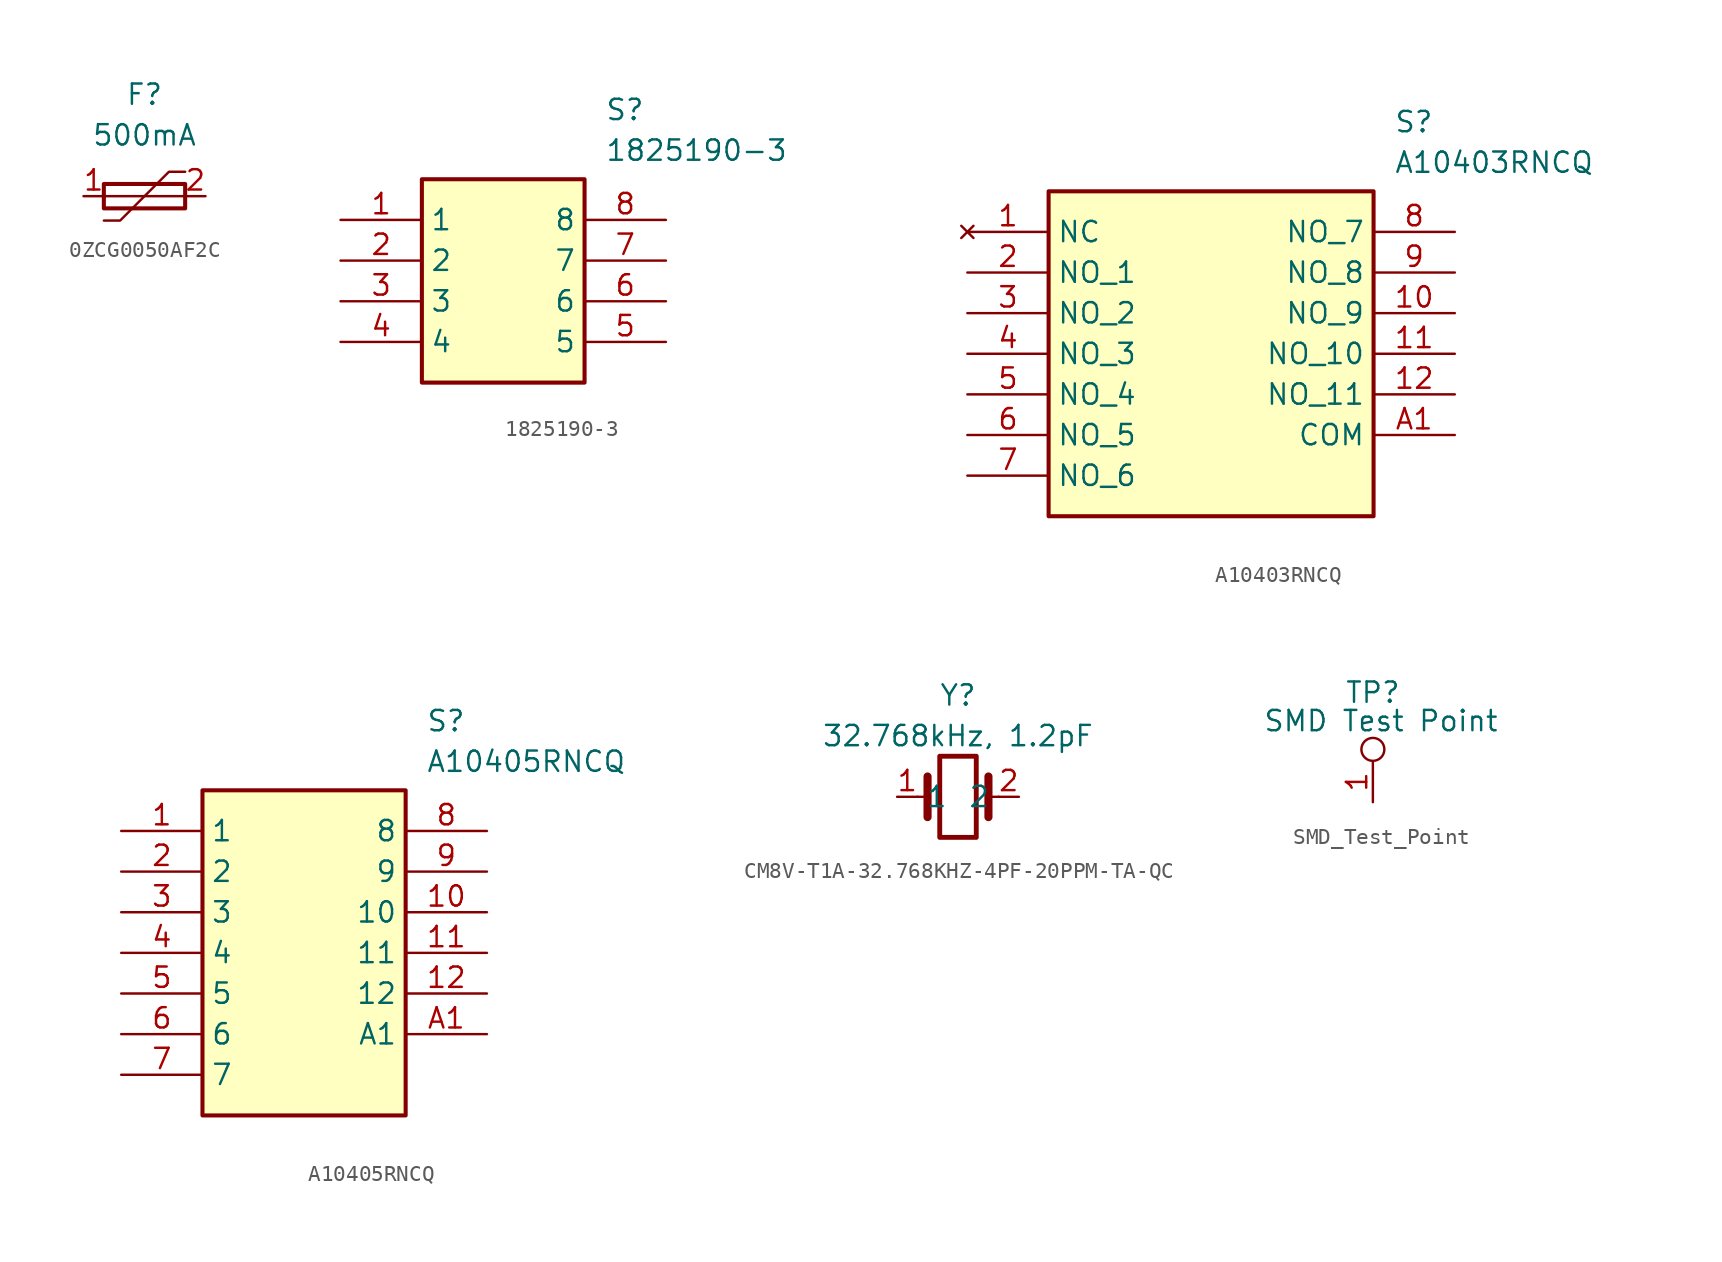
<source format=kicad_sym>
(kicad_symbol_lib
  (version 20241209)
  (generator "kicad_symbol_editor")
  (generator_version "9.0")
  (symbol "0ZCG0050AF2C"
    (property "Reference" "F"
      (at 0 6.35 0)
      (effects (font (size 1.27 1.27))))
    (property "Value" "500mA"
      (at 0 3.81 0)
      (effects (font (size 1.27 1.27))))
    (symbol "0ZCG0050AF2C_0_1"
      (rectangle (start -2.54 0.762) (end 2.54 -0.762) (stroke (width 0.254) (type default)) (fill (type none)))
      (polyline (pts (xy -2.54 0) (xy 2.54 0)) (stroke (width 0) (type default)) (fill (type none)))
      (polyline (pts (xy -2.54 -1.524) (xy -1.524 -1.524) (xy 1.524 1.524) (xy 2.54 1.524)) (stroke (width 0) (type default)) (fill (type none))))
    (symbol "0ZCG0050AF2C_1_1"
      (pin passive line (at -3.81 0 0) (length 1.27) (name "~" (effects (font (size 1.27 1.27)))) (number "1" (effects (font (size 1.27 1.27)))))
      (pin passive line (at 3.81 0 180) (length 1.27) (name "~" (effects (font (size 1.27 1.27)))) (number "2" (effects (font (size 1.27 1.27)))))))
  (symbol "1825190-3"
    (property "Reference" "S"
      (at 16.51 7.62 0)
      (effects (font (size 1.27 1.27)) (justify left top)))
    (property "Value" "1825190-3"
      (at 16.51 5.08 0)
      (effects (font (size 1.27 1.27)) (justify left top)))
    (symbol "1825190-3_1_1"
      (rectangle (start 5.08 2.54) (end 15.24 -10.16) (stroke (width 0.254) (type default)) (fill (type background)))
      (pin passive line (at 0 0 0) (length 5.08) (name "1" (effects (font (size 1.27 1.27)))) (number "1" (effects (font (size 1.27 1.27)))))
      (pin passive line (at 0 -2.54 0) (length 5.08) (name "2" (effects (font (size 1.27 1.27)))) (number "2" (effects (font (size 1.27 1.27)))))
      (pin passive line (at 0 -5.08 0) (length 5.08) (name "3" (effects (font (size 1.27 1.27)))) (number "3" (effects (font (size 1.27 1.27)))))
      (pin passive line (at 0 -7.62 0) (length 5.08) (name "4" (effects (font (size 1.27 1.27)))) (number "4" (effects (font (size 1.27 1.27)))))
      (pin passive line (at 20.32 0 180) (length 5.08) (name "8" (effects (font (size 1.27 1.27)))) (number "8" (effects (font (size 1.27 1.27)))))
      (pin passive line (at 20.32 -2.54 180) (length 5.08) (name "7" (effects (font (size 1.27 1.27)))) (number "7" (effects (font (size 1.27 1.27)))))
      (pin passive line (at 20.32 -5.08 180) (length 5.08) (name "6" (effects (font (size 1.27 1.27)))) (number "6" (effects (font (size 1.27 1.27)))))
      (pin passive line (at 20.32 -7.62 180) (length 5.08) (name "5" (effects (font (size 1.27 1.27)))) (number "5" (effects (font (size 1.27 1.27)))))))
  (symbol "A10403RNCQ"
    (property "Reference" "S"
      (at 26.67 7.62 0)
      (effects (font (size 1.27 1.27)) (justify left top)))
    (property "Value" "A10403RNCQ"
      (at 26.67 5.08 0)
      (effects (font (size 1.27 1.27)) (justify left top)))
    (symbol "A10403RNCQ_1_1"
      (rectangle (start 5.08 2.54) (end 25.4 -17.78) (stroke (width 0.254) (type default)) (fill (type background)))
      (pin no_connect line (at 0 0 0) (length 5.08) (name "NC" (effects (font (size 1.27 1.27)))) (number "1" (effects (font (size 1.27 1.27)))))
      (pin passive line (at 0 -2.54 0) (length 5.08) (name "NO_1" (effects (font (size 1.27 1.27)))) (number "2" (effects (font (size 1.27 1.27)))))
      (pin passive line (at 0 -5.08 0) (length 5.08) (name "NO_2" (effects (font (size 1.27 1.27)))) (number "3" (effects (font (size 1.27 1.27)))))
      (pin passive line (at 0 -7.62 0) (length 5.08) (name "NO_3" (effects (font (size 1.27 1.27)))) (number "4" (effects (font (size 1.27 1.27)))))
      (pin passive line (at 0 -10.16 0) (length 5.08) (name "NO_4" (effects (font (size 1.27 1.27)))) (number "5" (effects (font (size 1.27 1.27)))))
      (pin passive line (at 0 -12.7 0) (length 5.08) (name "NO_5" (effects (font (size 1.27 1.27)))) (number "6" (effects (font (size 1.27 1.27)))))
      (pin passive line (at 0 -15.24 0) (length 5.08) (name "NO_6" (effects (font (size 1.27 1.27)))) (number "7" (effects (font (size 1.27 1.27)))))
      (pin passive line (at 30.48 0 180) (length 5.08) (name "NO_7" (effects (font (size 1.27 1.27)))) (number "8" (effects (font (size 1.27 1.27)))))
      (pin passive line (at 30.48 -2.54 180) (length 5.08) (name "NO_8" (effects (font (size 1.27 1.27)))) (number "9" (effects (font (size 1.27 1.27)))))
      (pin passive line (at 30.48 -5.08 180) (length 5.08) (name "NO_9" (effects (font (size 1.27 1.27)))) (number "10" (effects (font (size 1.27 1.27)))))
      (pin passive line (at 30.48 -7.62 180) (length 5.08) (name "NO_10" (effects (font (size 1.27 1.27)))) (number "11" (effects (font (size 1.27 1.27)))))
      (pin passive line (at 30.48 -10.16 180) (length 5.08) (name "NO_11" (effects (font (size 1.27 1.27)))) (number "12" (effects (font (size 1.27 1.27)))))
      (pin passive line (at 30.48 -12.7 180) (length 5.08) (name "COM" (effects (font (size 1.27 1.27)))) (number "A1" (effects (font (size 1.27 1.27)))))))
  (symbol "A10405RNCQ"
    (property "Reference" "S"
      (at 19.05 7.62 0)
      (effects (font (size 1.27 1.27)) (justify left top)))
    (property "Value" "A10405RNCQ"
      (at 19.05 5.08 0)
      (effects (font (size 1.27 1.27)) (justify left top)))
    (symbol "A10405RNCQ_1_1"
      (rectangle (start 5.08 2.54) (end 17.78 -17.78) (stroke (width 0.254) (type default)) (fill (type background)))
      (pin passive line (at 0 0 0) (length 5.08) (name "1" (effects (font (size 1.27 1.27)))) (number "1" (effects (font (size 1.27 1.27)))))
      (pin passive line (at 0 -2.54 0) (length 5.08) (name "2" (effects (font (size 1.27 1.27)))) (number "2" (effects (font (size 1.27 1.27)))))
      (pin passive line (at 0 -5.08 0) (length 5.08) (name "3" (effects (font (size 1.27 1.27)))) (number "3" (effects (font (size 1.27 1.27)))))
      (pin passive line (at 0 -7.62 0) (length 5.08) (name "4" (effects (font (size 1.27 1.27)))) (number "4" (effects (font (size 1.27 1.27)))))
      (pin passive line (at 0 -10.16 0) (length 5.08) (name "5" (effects (font (size 1.27 1.27)))) (number "5" (effects (font (size 1.27 1.27)))))
      (pin passive line (at 0 -12.7 0) (length 5.08) (name "6" (effects (font (size 1.27 1.27)))) (number "6" (effects (font (size 1.27 1.27)))))
      (pin passive line (at 0 -15.24 0) (length 5.08) (name "7" (effects (font (size 1.27 1.27)))) (number "7" (effects (font (size 1.27 1.27)))))
      (pin passive line (at 22.86 0 180) (length 5.08) (name "8" (effects (font (size 1.27 1.27)))) (number "8" (effects (font (size 1.27 1.27)))))
      (pin passive line (at 22.86 -2.54 180) (length 5.08) (name "9" (effects (font (size 1.27 1.27)))) (number "9" (effects (font (size 1.27 1.27)))))
      (pin passive line (at 22.86 -5.08 180) (length 5.08) (name "10" (effects (font (size 1.27 1.27)))) (number "10" (effects (font (size 1.27 1.27)))))
      (pin passive line (at 22.86 -7.62 180) (length 5.08) (name "11" (effects (font (size 1.27 1.27)))) (number "11" (effects (font (size 1.27 1.27)))))
      (pin passive line (at 22.86 -10.16 180) (length 5.08) (name "12" (effects (font (size 1.27 1.27)))) (number "12" (effects (font (size 1.27 1.27)))))
      (pin passive line (at 22.86 -12.7 180) (length 5.08) (name "A1" (effects (font (size 1.27 1.27)))) (number "A1" (effects (font (size 1.27 1.27)))))))
  (symbol "CM8V-T1A-32.768KHZ-4PF-20PPM-TA-QC"
    (property "Reference" "Y"
      (at 0 6.35 0)
      (effects (font (size 1.27 1.27))))
    (property "Value" "32.768kHz, 1.2pF"
      (at 0 3.81 0)
      (effects (font (size 1.27 1.27))))
    (symbol "CM8V-T1A-32.768KHZ-4PF-20PPM-TA-QC_0_1"
      (polyline (pts (xy -2.54 0) (xy -1.905 0)) (stroke (width 0) (type default)) (fill (type none)))
      (polyline (pts (xy -1.905 -1.27) (xy -1.905 1.27)) (stroke (width 0.508) (type default)) (fill (type none)))
      (rectangle (start -1.143 2.54) (end 1.143 -2.54) (stroke (width 0.305) (type default)) (fill (type none)))
      (polyline (pts (xy 1.905 -1.27) (xy 1.905 1.27)) (stroke (width 0.508) (type default)) (fill (type none)))
      (polyline (pts (xy 2.54 0) (xy 1.905 0)) (stroke (width 0) (type default)) (fill (type none))))
    (symbol "CM8V-T1A-32.768KHZ-4PF-20PPM-TA-QC_1_1"
      (pin passive line (at -3.81 0 0) (length 1.27) (name "1" (effects (font (size 1.27 1.27)))) (number "1" (effects (font (size 1.27 1.27)))))
      (pin passive line (at 3.81 0 180) (length 1.27) (name "2" (effects (font (size 1.27 1.27)))) (number "2" (effects (font (size 1.27 1.27)))))))
  (symbol "SMD_Test_Point"
    (property "Reference" "TP"
      (at 0 4.318 0)
      (effects (font (size 1.27 1.27))))
    (property "Value" "SMD Test Point"
      (at 0.508 2.54 0)
      (effects (font (size 1.27 1.27))))
    (symbol "SMD_Test_Point_0_1"
      (circle (center 0 0.762) (radius 0.718) (stroke (width 0) (type default)) (fill (type none))))
    (symbol "SMD_Test_Point_1_1"
      (pin passive line (at 0 -2.54 90) (length 2.54) (name "" (effects (font (size 1.27 1.27)))) (number "1" (effects (font (size 1.27 1.27))))))))
</source>
